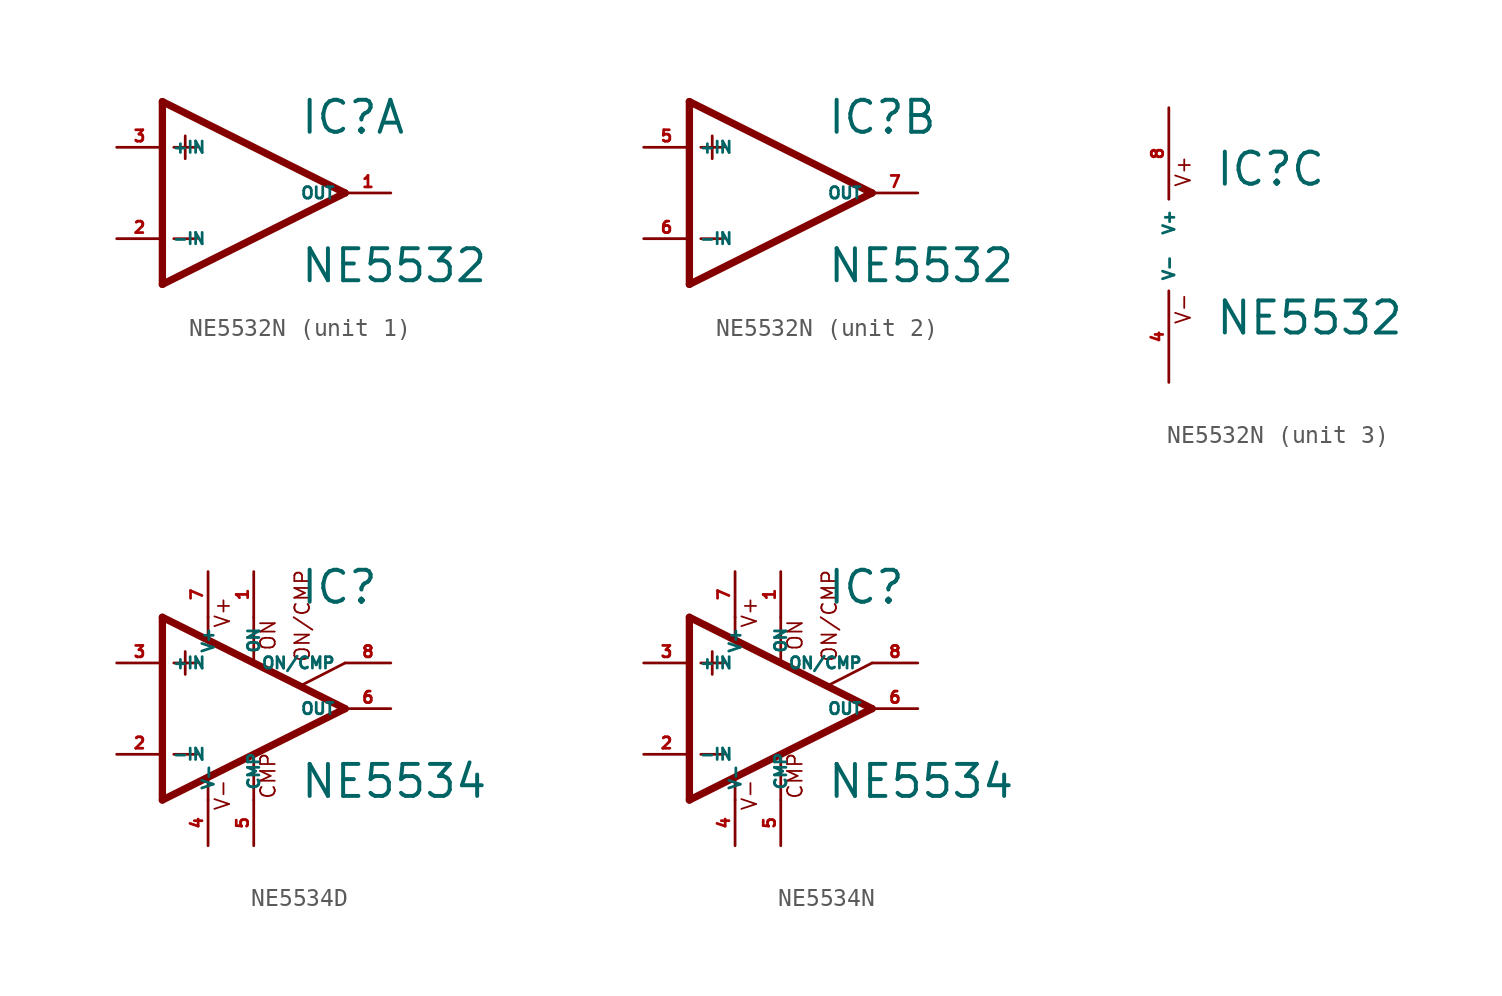
<source format=kicad_sym>
(kicad_symbol_lib
  (version 20220914)
  (generator Eagle2Kicad)
  (symbol "NE5532N"
    (property "Reference" "IC"
      (at 2.54 3.175 0)
      (effects (font (size 1.778 1.778) (thickness 0.22)) (justify left bottom)))
    (property "Value" "NE5532"
      (at 2.54 -5.08 0)
      (effects (font (size 1.778 1.778) (thickness 0.22)) (justify left bottom)))
    (symbol "NE5532N_1_0"
      (polyline (pts (xy -5.08 5.08) (xy -5.08 -5.08)) (stroke (width 0.406) (type default)) (fill (type none)))
      (polyline (pts (xy -5.08 -5.08) (xy 5.08 0)) (stroke (width 0.406) (type default)) (fill (type none)))
      (polyline (pts (xy 5.08 0) (xy -5.08 5.08)) (stroke (width 0.406) (type default)) (fill (type none)))
      (polyline (pts (xy -3.81 3.175) (xy -3.81 1.905)) (stroke (width 0.152) (type default)) (fill (type none)))
      (polyline (pts (xy -4.445 2.54) (xy -3.175 2.54)) (stroke (width 0.152) (type default)) (fill (type none)))
      (polyline (pts (xy -4.445 -2.54) (xy -3.175 -2.54)) (stroke (width 0.152) (type default)) (fill (type none)))
      (pin input line (at -7.62 -2.54 0) (length 2.54) (name "-IN" (effects (font (size 0.635 0.635) (thickness 0.08)) (justify left bottom))) (number "2" (effects (font (size 0.635 0.635) (thickness 0.08)) (justify left bottom))))
      (pin input line (at -7.62 2.54 0) (length 2.54) (name "+IN" (effects (font (size 0.635 0.635) (thickness 0.08)) (justify left bottom))) (number "3" (effects (font (size 0.635 0.635) (thickness 0.08)) (justify left bottom))))
      (pin output line (at 7.62 0 180) (length 2.54) (name "OUT" (effects (font (size 0.635 0.635) (thickness 0.08)) (justify left bottom))) (number "1" (effects (font (size 0.635 0.635) (thickness 0.08)) (justify left bottom)))))
    (symbol "NE5532N_2_0"
      (polyline (pts (xy -5.08 5.08) (xy -5.08 -5.08)) (stroke (width 0.406) (type default)) (fill (type none)))
      (polyline (pts (xy -5.08 -5.08) (xy 5.08 0)) (stroke (width 0.406) (type default)) (fill (type none)))
      (polyline (pts (xy 5.08 0) (xy -5.08 5.08)) (stroke (width 0.406) (type default)) (fill (type none)))
      (polyline (pts (xy -3.81 3.175) (xy -3.81 1.905)) (stroke (width 0.152) (type default)) (fill (type none)))
      (polyline (pts (xy -4.445 2.54) (xy -3.175 2.54)) (stroke (width 0.152) (type default)) (fill (type none)))
      (polyline (pts (xy -4.445 -2.54) (xy -3.175 -2.54)) (stroke (width 0.152) (type default)) (fill (type none)))
      (pin input line (at -7.62 -2.54 0) (length 2.54) (name "-IN" (effects (font (size 0.635 0.635) (thickness 0.08)) (justify left bottom))) (number "6" (effects (font (size 0.635 0.635) (thickness 0.08)) (justify left bottom))))
      (pin input line (at -7.62 2.54 0) (length 2.54) (name "+IN" (effects (font (size 0.635 0.635) (thickness 0.08)) (justify left bottom))) (number "5" (effects (font (size 0.635 0.635) (thickness 0.08)) (justify left bottom))))
      (pin output line (at 7.62 0 180) (length 2.54) (name "OUT" (effects (font (size 0.635 0.635) (thickness 0.08)) (justify left bottom))) (number "7" (effects (font (size 0.635 0.635) (thickness 0.08)) (justify left bottom)))))
    (symbol "NE5532N_3_0"
      (text "V+" (at 1.27 3.175 900) (effects (font (size 0.813 0.813) (thickness 0.10)) (justify left bottom)))
      (text "V-" (at 1.27 -4.445 900) (effects (font (size 0.813 0.813) (thickness 0.10)) (justify left bottom)))
      (pin unspecified line (at 0 7.62 270) (length 5.08) (name "V+" (effects (font (size 0.635 0.635) (thickness 0.08)) (justify left bottom))) (number "8" (effects (font (size 0.635 0.635) (thickness 0.08)) (justify left bottom))))
      (pin unspecified line (at 0 -7.62 90) (length 5.08) (name "V-" (effects (font (size 0.635 0.635) (thickness 0.08)) (justify left bottom))) (number "4" (effects (font (size 0.635 0.635) (thickness 0.08)) (justify left bottom))))))
  (symbol "NE5534D"
    (property "Reference" "IC"
      (at 2.54 5.715 0)
      (effects (font (size 1.778 1.778) (thickness 0.22)) (justify left bottom)))
    (property "Value" "NE5534"
      (at 2.54 -5.08 0)
      (effects (font (size 1.778 1.778) (thickness 0.22)) (justify left bottom)))
    (polyline
      (pts (xy -3.81 3.175) (xy -3.81 1.905))
      (stroke (width 0.152) (type default))
      (fill (type none)))
    (polyline
      (pts (xy -4.445 2.54) (xy -3.175 2.54))
      (stroke (width 0.152) (type default))
      (fill (type none)))
    (polyline
      (pts (xy -4.445 -2.54) (xy -3.175 -2.54))
      (stroke (width 0.152) (type default))
      (fill (type none)))
    (polyline
      (pts (xy -5.08 5.08) (xy -5.08 -5.08))
      (stroke (width 0.406) (type default))
      (fill (type none)))
    (polyline
      (pts (xy -2.54 5.08) (xy -2.54 3.886))
      (stroke (width 0.152) (type default))
      (fill (type none)))
    (polyline
      (pts (xy 0 5.08) (xy 0 2.616))
      (stroke (width 0.152) (type default))
      (fill (type none)))
    (polyline
      (pts (xy 0 -5.08) (xy 0 -2.616))
      (stroke (width 0.152) (type default))
      (fill (type none)))
    (polyline
      (pts (xy 2.692 1.321) (xy 5.08 2.54))
      (stroke (width 0.152) (type default))
      (fill (type none)))
    (polyline
      (pts (xy -5.08 5.08) (xy 5.08 0))
      (stroke (width 0.406) (type default))
      (fill (type none)))
    (polyline
      (pts (xy -2.54 -3.886) (xy -2.54 -5.08))
      (stroke (width 0.152) (type default))
      (fill (type none)))
    (polyline
      (pts (xy -5.08 -5.08) (xy 5.08 0))
      (stroke (width 0.406) (type default))
      (fill (type none)))
    (text "ON"
      (at 1.27 3.175 900)
      (effects (font (size 0.813 0.813) (thickness 0.10)) (justify left bottom)))
    (text "CMP"
      (at 1.27 -5.08 900)
      (effects (font (size 0.813 0.813) (thickness 0.10)) (justify left bottom)))
    (text "ON/CMP"
      (at 3.175 2.54 900)
      (effects (font (size 0.813 0.813) (thickness 0.10)) (justify left bottom)))
    (text "V+"
      (at -1.27 4.445 900)
      (effects (font (size 0.813 0.813) (thickness 0.10)) (justify left bottom)))
    (text "V-"
      (at -1.27 -5.715 900)
      (effects (font (size 0.813 0.813) (thickness 0.10)) (justify left bottom)))
    (pin passive line
      (at 7.62 2.54 180)
      (length 2.54)
      (name "ON/CMP" (effects (font (size 0.635 0.635) (thickness 0.08)) (justify left bottom)))
      (number "8" (effects (font (size 0.635 0.635) (thickness 0.08)) (justify left bottom))))
    (pin input line
      (at -7.62 -2.54 0)
      (length 2.54)
      (name "-IN" (effects (font (size 0.635 0.635) (thickness 0.08)) (justify left bottom)))
      (number "2" (effects (font (size 0.635 0.635) (thickness 0.08)) (justify left bottom))))
    (pin input line
      (at -7.62 2.54 0)
      (length 2.54)
      (name "+IN" (effects (font (size 0.635 0.635) (thickness 0.08)) (justify left bottom)))
      (number "3" (effects (font (size 0.635 0.635) (thickness 0.08)) (justify left bottom))))
    (pin passive line
      (at 0 7.62 270)
      (length 2.54)
      (name "ON" (effects (font (size 0.635 0.635) (thickness 0.08)) (justify left bottom)))
      (number "1" (effects (font (size 0.635 0.635) (thickness 0.08)) (justify left bottom))))
    (pin output line
      (at 7.62 0 180)
      (length 2.54)
      (name "OUT" (effects (font (size 0.635 0.635) (thickness 0.08)) (justify left bottom)))
      (number "6" (effects (font (size 0.635 0.635) (thickness 0.08)) (justify left bottom))))
    (pin passive line
      (at 0 -7.62 90)
      (length 2.54)
      (name "CMP" (effects (font (size 0.635 0.635) (thickness 0.08)) (justify left bottom)))
      (number "5" (effects (font (size 0.635 0.635) (thickness 0.08)) (justify left bottom))))
    (pin unspecified line
      (at -2.54 7.62 270)
      (length 2.54)
      (name "V+" (effects (font (size 0.635 0.635) (thickness 0.08)) (justify left bottom)))
      (number "7" (effects (font (size 0.635 0.635) (thickness 0.08)) (justify left bottom))))
    (pin unspecified line
      (at -2.54 -7.62 90)
      (length 2.54)
      (name "V-" (effects (font (size 0.635 0.635) (thickness 0.08)) (justify left bottom)))
      (number "4" (effects (font (size 0.635 0.635) (thickness 0.08)) (justify left bottom)))))
  (symbol "NE5534N"
    (property "Reference" "IC"
      (at 2.54 5.715 0)
      (effects (font (size 1.778 1.778) (thickness 0.22)) (justify left bottom)))
    (property "Value" "NE5534"
      (at 2.54 -5.08 0)
      (effects (font (size 1.778 1.778) (thickness 0.22)) (justify left bottom)))
    (polyline
      (pts (xy -3.81 3.175) (xy -3.81 1.905))
      (stroke (width 0.152) (type default))
      (fill (type none)))
    (polyline
      (pts (xy -4.445 2.54) (xy -3.175 2.54))
      (stroke (width 0.152) (type default))
      (fill (type none)))
    (polyline
      (pts (xy -4.445 -2.54) (xy -3.175 -2.54))
      (stroke (width 0.152) (type default))
      (fill (type none)))
    (polyline
      (pts (xy -5.08 5.08) (xy -5.08 -5.08))
      (stroke (width 0.406) (type default))
      (fill (type none)))
    (polyline
      (pts (xy -2.54 5.08) (xy -2.54 3.886))
      (stroke (width 0.152) (type default))
      (fill (type none)))
    (polyline
      (pts (xy 0 5.08) (xy 0 2.616))
      (stroke (width 0.152) (type default))
      (fill (type none)))
    (polyline
      (pts (xy 0 -5.08) (xy 0 -2.616))
      (stroke (width 0.152) (type default))
      (fill (type none)))
    (polyline
      (pts (xy 2.692 1.321) (xy 5.08 2.54))
      (stroke (width 0.152) (type default))
      (fill (type none)))
    (polyline
      (pts (xy -5.08 5.08) (xy 5.08 0))
      (stroke (width 0.406) (type default))
      (fill (type none)))
    (polyline
      (pts (xy -2.54 -3.886) (xy -2.54 -5.08))
      (stroke (width 0.152) (type default))
      (fill (type none)))
    (polyline
      (pts (xy -5.08 -5.08) (xy 5.08 0))
      (stroke (width 0.406) (type default))
      (fill (type none)))
    (text "ON"
      (at 1.27 3.175 900)
      (effects (font (size 0.813 0.813) (thickness 0.10)) (justify left bottom)))
    (text "CMP"
      (at 1.27 -5.08 900)
      (effects (font (size 0.813 0.813) (thickness 0.10)) (justify left bottom)))
    (text "ON/CMP"
      (at 3.175 2.54 900)
      (effects (font (size 0.813 0.813) (thickness 0.10)) (justify left bottom)))
    (text "V+"
      (at -1.27 4.445 900)
      (effects (font (size 0.813 0.813) (thickness 0.10)) (justify left bottom)))
    (text "V-"
      (at -1.27 -5.715 900)
      (effects (font (size 0.813 0.813) (thickness 0.10)) (justify left bottom)))
    (pin passive line
      (at 7.62 2.54 180)
      (length 2.54)
      (name "ON/CMP" (effects (font (size 0.635 0.635) (thickness 0.08)) (justify left bottom)))
      (number "8" (effects (font (size 0.635 0.635) (thickness 0.08)) (justify left bottom))))
    (pin input line
      (at -7.62 -2.54 0)
      (length 2.54)
      (name "-IN" (effects (font (size 0.635 0.635) (thickness 0.08)) (justify left bottom)))
      (number "2" (effects (font (size 0.635 0.635) (thickness 0.08)) (justify left bottom))))
    (pin input line
      (at -7.62 2.54 0)
      (length 2.54)
      (name "+IN" (effects (font (size 0.635 0.635) (thickness 0.08)) (justify left bottom)))
      (number "3" (effects (font (size 0.635 0.635) (thickness 0.08)) (justify left bottom))))
    (pin passive line
      (at 0 7.62 270)
      (length 2.54)
      (name "ON" (effects (font (size 0.635 0.635) (thickness 0.08)) (justify left bottom)))
      (number "1" (effects (font (size 0.635 0.635) (thickness 0.08)) (justify left bottom))))
    (pin output line
      (at 7.62 0 180)
      (length 2.54)
      (name "OUT" (effects (font (size 0.635 0.635) (thickness 0.08)) (justify left bottom)))
      (number "6" (effects (font (size 0.635 0.635) (thickness 0.08)) (justify left bottom))))
    (pin passive line
      (at 0 -7.62 90)
      (length 2.54)
      (name "CMP" (effects (font (size 0.635 0.635) (thickness 0.08)) (justify left bottom)))
      (number "5" (effects (font (size 0.635 0.635) (thickness 0.08)) (justify left bottom))))
    (pin unspecified line
      (at -2.54 7.62 270)
      (length 2.54)
      (name "V+" (effects (font (size 0.635 0.635) (thickness 0.08)) (justify left bottom)))
      (number "7" (effects (font (size 0.635 0.635) (thickness 0.08)) (justify left bottom))))
    (pin unspecified line
      (at -2.54 -7.62 90)
      (length 2.54)
      (name "V-" (effects (font (size 0.635 0.635) (thickness 0.08)) (justify left bottom)))
      (number "4" (effects (font (size 0.635 0.635) (thickness 0.08)) (justify left bottom))))))
</source>
